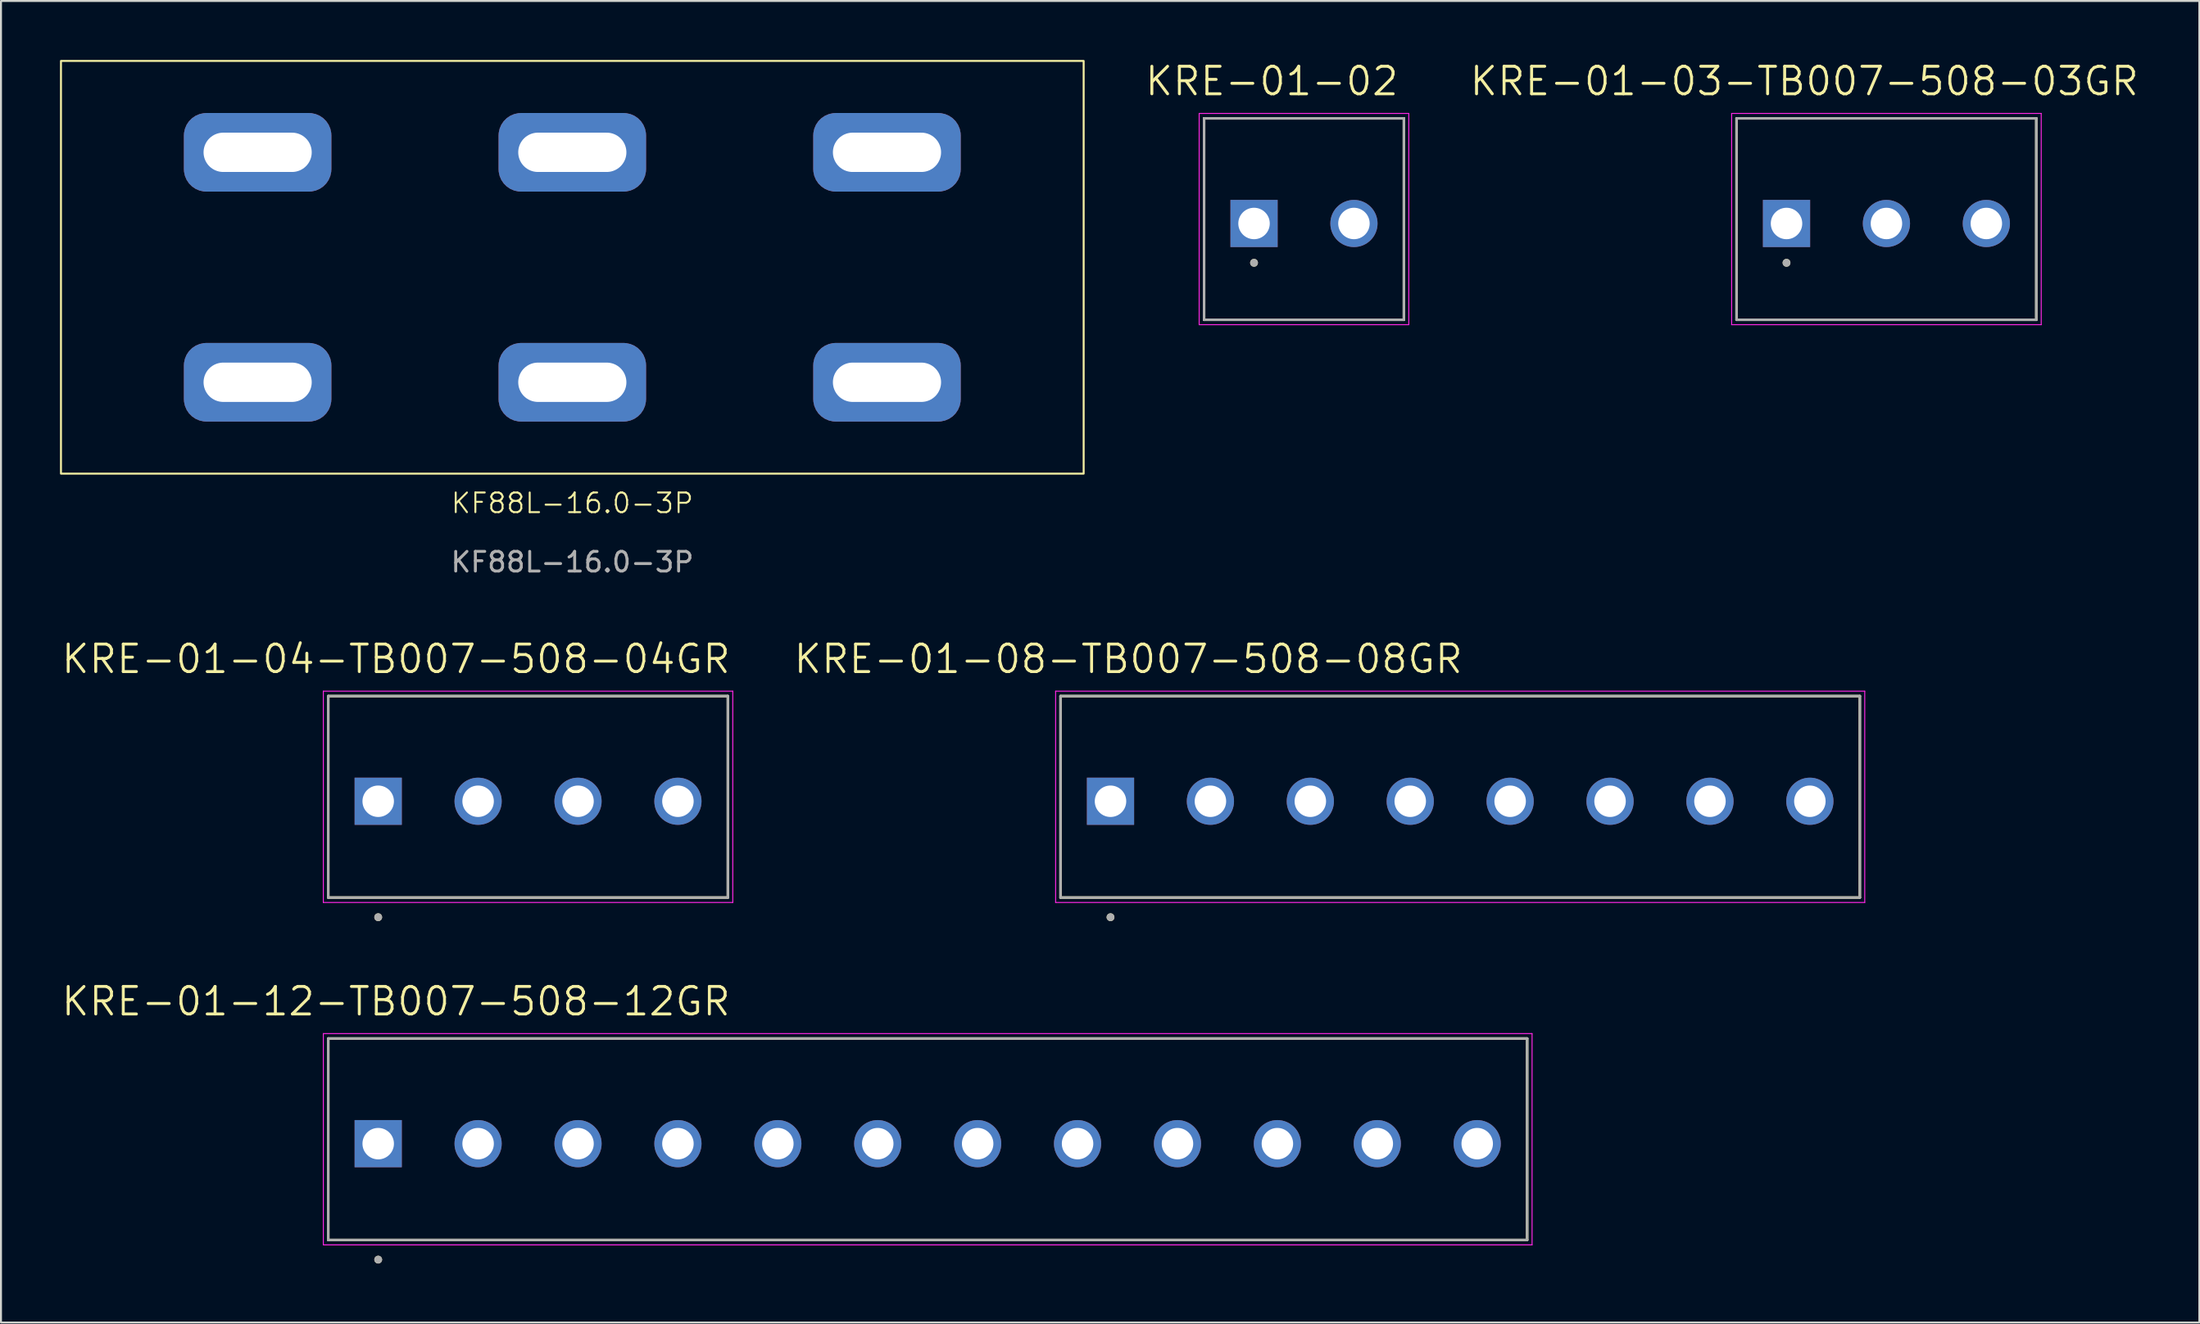
<source format=kicad_pcb>
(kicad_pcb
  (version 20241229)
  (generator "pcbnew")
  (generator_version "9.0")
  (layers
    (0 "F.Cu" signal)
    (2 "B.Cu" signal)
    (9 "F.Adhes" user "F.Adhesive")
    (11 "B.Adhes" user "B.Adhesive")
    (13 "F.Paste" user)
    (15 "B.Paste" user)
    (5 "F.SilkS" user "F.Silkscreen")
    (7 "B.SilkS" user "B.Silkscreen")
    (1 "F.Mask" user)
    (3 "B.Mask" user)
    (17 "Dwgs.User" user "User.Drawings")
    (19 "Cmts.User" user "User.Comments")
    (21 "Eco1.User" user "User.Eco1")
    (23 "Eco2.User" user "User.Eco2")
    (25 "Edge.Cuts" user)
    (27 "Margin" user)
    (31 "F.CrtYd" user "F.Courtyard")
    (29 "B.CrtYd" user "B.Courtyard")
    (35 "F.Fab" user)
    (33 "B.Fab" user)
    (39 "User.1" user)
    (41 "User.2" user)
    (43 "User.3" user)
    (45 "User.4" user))
  (footprint "KRE-01-12-TB007-508-12GR"
    (layer "F.Cu")
    (at 16.18 55.141)
    (property "Reference" "KRE-01-12-TB007-508-12GR" (at 0.905 -7.239 0) (layer "F.SilkS") (effects (font (size 1.4 1.4) (thickness 0.15))))
    (attr through_hole)
    (fp_line (start -2.54 -5.35) (end 58.42 -5.35) (stroke (width 0.127) (type solid)) (layer "F.SilkS"))
    (fp_line (start -2.54 4.9) (end -2.54 -5.35) (stroke (width 0.127) (type solid)) (layer "F.SilkS"))
    (fp_line (start 58.42 -5.35) (end 58.42 4.9) (stroke (width 0.127) (type solid)) (layer "F.SilkS"))
    (fp_line (start 58.42 4.9) (end -2.54 4.9) (stroke (width 0.127) (type solid)) (layer "F.SilkS"))
    (fp_circle (center 0 5.9) (end 0.1 5.9) (stroke (width 0.2) (type solid)) (fill no) (layer "F.SilkS"))
    (fp_line (start -2.79 -5.6) (end 58.67 -5.6) (stroke (width 0.05) (type solid)) (layer "F.CrtYd"))
    (fp_line (start -2.79 5.15) (end -2.79 -5.6) (stroke (width 0.05) (type solid)) (layer "F.CrtYd"))
    (fp_line (start 58.67 -5.6) (end 58.67 5.15) (stroke (width 0.05) (type solid)) (layer "F.CrtYd"))
    (fp_line (start 58.67 5.15) (end -2.79 5.15) (stroke (width 0.05) (type solid)) (layer "F.CrtYd"))
    (fp_line (start -2.54 -5.35) (end 58.42 -5.35) (stroke (width 0.127) (type solid)) (layer "F.Fab"))
    (fp_line (start -2.54 4.9) (end -2.54 -5.35) (stroke (width 0.127) (type solid)) (layer "F.Fab"))
    (fp_line (start 58.42 -5.35) (end 58.42 4.9) (stroke (width 0.127) (type solid)) (layer "F.Fab"))
    (fp_line (start 58.42 4.9) (end -2.54 4.9) (stroke (width 0.127) (type solid)) (layer "F.Fab"))
    (fp_circle (center 0 5.9) (end 0.1 5.9) (stroke (width 0.2) (type solid)) (fill no) (layer "F.Fab"))
    (pad "1" thru_hole rect (at 0 0) (size 2.4 2.4) (drill 1.6) (layers "*.Cu" "*.Mask"))
    (pad "2" thru_hole circle (at 5.08 0) (size 2.4 2.4) (drill 1.6) (layers "*.Cu" "*.Mask"))
    (pad "3" thru_hole circle (at 10.16 0) (size 2.4 2.4) (drill 1.6) (layers "*.Cu" "*.Mask"))
    (pad "4" thru_hole circle (at 15.24 0) (size 2.4 2.4) (drill 1.6) (layers "*.Cu" "*.Mask"))
    (pad "5" thru_hole circle (at 20.32 0) (size 2.4 2.4) (drill 1.6) (layers "*.Cu" "*.Mask"))
    (pad "6" thru_hole circle (at 25.4 0) (size 2.4 2.4) (drill 1.6) (layers "*.Cu" "*.Mask"))
    (pad "7" thru_hole circle (at 30.48 0) (size 2.4 2.4) (drill 1.6) (layers "*.Cu" "*.Mask"))
    (pad "8" thru_hole circle (at 35.56 0) (size 2.4 2.4) (drill 1.6) (layers "*.Cu" "*.Mask"))
    (pad "9" thru_hole circle (at 40.64 0) (size 2.4 2.4) (drill 1.6) (layers "*.Cu" "*.Mask"))
    (pad "10" thru_hole circle (at 45.72 0) (size 2.4 2.4) (drill 1.6) (layers "*.Cu" "*.Mask"))
    (pad "11" thru_hole circle (at 50.8 0) (size 2.4 2.4) (drill 1.6) (layers "*.Cu" "*.Mask"))
    (pad "12" thru_hole circle (at 55.88 0) (size 2.4 2.4) (drill 1.6) (layers "*.Cu" "*.Mask")))
  (footprint "KRE-01-02"
    (layer "F.Cu")
    (at 60.713 8.321)
    (property "Reference" "KRE-01-02" (at 0.905 -7.239 0) (layer "F.SilkS") (effects (font (size 1.4 1.4) (thickness 0.15))))
    (attr through_hole)
    (fp_line (start -2.54 -5.35) (end 7.62 -5.35) (stroke (width 0.127) (type solid)) (layer "F.SilkS"))
    (fp_line (start -2.54 4.9) (end -2.54 -5.35) (stroke (width 0.127) (type solid)) (layer "F.SilkS"))
    (fp_line (start 7.62 -5.35) (end 7.62 4.9) (stroke (width 0.127) (type solid)) (layer "F.SilkS"))
    (fp_line (start 7.62 4.9) (end -2.54 4.9) (stroke (width 0.127) (type solid)) (layer "F.SilkS"))
    (fp_circle (center 0 2) (end 0.1 2) (stroke (width 0.2) (type solid)) (fill no) (layer "F.SilkS"))
    (fp_line (start -2.79 -5.6) (end 7.87 -5.6) (stroke (width 0.05) (type solid)) (layer "F.CrtYd"))
    (fp_line (start -2.79 5.15) (end -2.79 -5.6) (stroke (width 0.05) (type solid)) (layer "F.CrtYd"))
    (fp_line (start 7.87 -5.6) (end 7.87 5.15) (stroke (width 0.05) (type solid)) (layer "F.CrtYd"))
    (fp_line (start 7.87 5.15) (end -2.79 5.15) (stroke (width 0.05) (type solid)) (layer "F.CrtYd"))
    (fp_line (start -2.54 -5.35) (end 7.62 -5.35) (stroke (width 0.127) (type solid)) (layer "F.Fab"))
    (fp_line (start -2.54 4.9) (end -2.54 -5.35) (stroke (width 0.127) (type solid)) (layer "F.Fab"))
    (fp_line (start 7.62 -5.35) (end 7.62 4.9) (stroke (width 0.127) (type solid)) (layer "F.Fab"))
    (fp_line (start 7.62 4.9) (end -2.54 4.9) (stroke (width 0.127) (type solid)) (layer "F.Fab"))
    (fp_circle (center 0 2) (end 0.1 2) (stroke (width 0.2) (type solid)) (fill no) (layer "F.Fab"))
    (pad "1" thru_hole rect (at 0 0) (size 2.4 2.4) (drill 1.6) (layers "*.Cu" "*.Mask"))
    (pad "2" thru_hole circle (at 5.08 0) (size 2.4 2.4) (drill 1.6) (layers "*.Cu" "*.Mask")))
  (footprint "KRE-01-03-TB007-508-03GR"
    (layer "F.Cu")
    (at 87.788 8.321)
    (property "Reference" "KRE-01-03-TB007-508-03GR" (at 0.905 -7.239 0) (layer "F.SilkS") (effects (font (size 1.4 1.4) (thickness 0.15))))
    (attr through_hole)
    (fp_line (start -2.54 -5.35) (end 12.7 -5.35) (stroke (width 0.127) (type solid)) (layer "F.SilkS"))
    (fp_line (start -2.54 4.9) (end -2.54 -5.35) (stroke (width 0.127) (type solid)) (layer "F.SilkS"))
    (fp_line (start 12.7 -5.35) (end 12.7 4.9) (stroke (width 0.127) (type solid)) (layer "F.SilkS"))
    (fp_line (start 12.7 4.9) (end -2.54 4.9) (stroke (width 0.127) (type solid)) (layer "F.SilkS"))
    (fp_circle (center 0 2) (end 0.1 2) (stroke (width 0.2) (type solid)) (fill no) (layer "F.SilkS"))
    (fp_line (start -2.79 -5.6) (end 12.95 -5.6) (stroke (width 0.05) (type solid)) (layer "F.CrtYd"))
    (fp_line (start -2.79 5.15) (end -2.79 -5.6) (stroke (width 0.05) (type solid)) (layer "F.CrtYd"))
    (fp_line (start 12.95 -5.6) (end 12.95 5.15) (stroke (width 0.05) (type solid)) (layer "F.CrtYd"))
    (fp_line (start 12.95 5.15) (end -2.79 5.15) (stroke (width 0.05) (type solid)) (layer "F.CrtYd"))
    (fp_line (start -2.54 -5.35) (end 12.7 -5.35) (stroke (width 0.127) (type solid)) (layer "F.Fab"))
    (fp_line (start -2.54 4.9) (end -2.54 -5.35) (stroke (width 0.127) (type solid)) (layer "F.Fab"))
    (fp_line (start 12.7 -5.35) (end 12.7 4.9) (stroke (width 0.127) (type solid)) (layer "F.Fab"))
    (fp_line (start 12.7 4.9) (end -2.54 4.9) (stroke (width 0.127) (type solid)) (layer "F.Fab"))
    (fp_circle (center 0 2) (end 0.1 2) (stroke (width 0.2) (type solid)) (fill no) (layer "F.Fab"))
    (pad "1" thru_hole rect (at 0 0) (size 2.4 2.4) (drill 1.6) (layers "*.Cu" "*.Mask"))
    (pad "2" thru_hole circle (at 5.08 0) (size 2.4 2.4) (drill 1.6) (layers "*.Cu" "*.Mask"))
    (pad "3" thru_hole circle (at 10.16 0) (size 2.4 2.4) (drill 1.6) (layers "*.Cu" "*.Mask")))
  (footprint "KF88L-16.0-3P"
    (layer "F.Cu")
    (at 26.05 10.55)
    (property "Reference" "KF88L-16.0-3P" (at 0 12 0) (unlocked yes) (layer "F.SilkS") (effects (font (size 1 1) (thickness 0.1))))
    (attr through_hole)
    (fp_rect (start -26 -10.5) (end 26 10.5) (stroke (width 0.1) (type default)) (fill no) (layer "F.SilkS"))
    (fp_text user "${REFERENCE}" (at 0 15 0) (unlocked yes) (layer "F.Fab") (effects (font (size 1 1) (thickness 0.15))))
    (pad "1" thru_hole roundrect (at -16 -5.85) (size 7.5 4) (drill oval 5.5 2) (layers "*.Cu" "*.Mask") (roundrect_rratio 0.286))
    (pad "1" thru_hole roundrect (at -16 5.85) (size 7.5 4) (drill oval 5.5 2) (layers "*.Cu" "*.Mask") (roundrect_rratio 0.286))
    (pad "2" thru_hole roundrect (at 0 -5.85) (size 7.5 4) (drill oval 5.5 2) (layers "*.Cu" "*.Mask") (roundrect_rratio 0.286))
    (pad "2" thru_hole roundrect (at 0 5.85) (size 7.5 4) (drill oval 5.5 2) (layers "*.Cu" "*.Mask") (roundrect_rratio 0.286))
    (pad "3" thru_hole roundrect (at 16 -5.85) (size 7.5 4) (drill oval 5.5 2) (layers "*.Cu" "*.Mask") (roundrect_rratio 0.286))
    (pad "3" thru_hole roundrect (at 16 5.85) (size 7.5 4) (drill oval 5.5 2) (layers "*.Cu" "*.Mask") (roundrect_rratio 0.286)))
  (footprint "KRE-01-04-TB007-508-04GR"
    (layer "F.Cu")
    (at 16.18 37.719)
    (property "Reference" "KRE-01-04-TB007-508-04GR" (at 0.905 -7.239 0) (layer "F.SilkS") (effects (font (size 1.4 1.4) (thickness 0.15))))
    (attr through_hole)
    (fp_line (start -2.54 -5.35) (end 17.78 -5.35) (stroke (width 0.127) (type solid)) (layer "F.SilkS"))
    (fp_line (start -2.54 4.9) (end -2.54 -5.35) (stroke (width 0.127) (type solid)) (layer "F.SilkS"))
    (fp_line (start 17.78 -5.35) (end 17.78 4.9) (stroke (width 0.127) (type solid)) (layer "F.SilkS"))
    (fp_line (start 17.78 4.9) (end -2.54 4.9) (stroke (width 0.127) (type solid)) (layer "F.SilkS"))
    (fp_circle (center 0 5.9) (end 0.1 5.9) (stroke (width 0.2) (type solid)) (fill no) (layer "F.SilkS"))
    (fp_line (start -2.79 -5.6) (end 18.03 -5.6) (stroke (width 0.05) (type solid)) (layer "F.CrtYd"))
    (fp_line (start -2.79 5.15) (end -2.79 -5.6) (stroke (width 0.05) (type solid)) (layer "F.CrtYd"))
    (fp_line (start 18.03 -5.6) (end 18.03 5.15) (stroke (width 0.05) (type solid)) (layer "F.CrtYd"))
    (fp_line (start 18.03 5.15) (end -2.79 5.15) (stroke (width 0.05) (type solid)) (layer "F.CrtYd"))
    (fp_line (start -2.54 -5.35) (end 17.78 -5.35) (stroke (width 0.127) (type solid)) (layer "F.Fab"))
    (fp_line (start -2.54 4.9) (end -2.54 -5.35) (stroke (width 0.127) (type solid)) (layer "F.Fab"))
    (fp_line (start 17.78 -5.35) (end 17.78 4.9) (stroke (width 0.127) (type solid)) (layer "F.Fab"))
    (fp_line (start 17.78 4.9) (end -2.54 4.9) (stroke (width 0.127) (type solid)) (layer "F.Fab"))
    (fp_circle (center 0 5.9) (end 0.1 5.9) (stroke (width 0.2) (type solid)) (fill no) (layer "F.Fab"))
    (pad "1" thru_hole rect (at 0 0) (size 2.4 2.4) (drill 1.6) (layers "*.Cu" "*.Mask"))
    (pad "2" thru_hole circle (at 5.08 0) (size 2.4 2.4) (drill 1.6) (layers "*.Cu" "*.Mask"))
    (pad "3" thru_hole circle (at 10.16 0) (size 2.4 2.4) (drill 1.6) (layers "*.Cu" "*.Mask"))
    (pad "4" thru_hole circle (at 15.24 0) (size 2.4 2.4) (drill 1.6) (layers "*.Cu" "*.Mask")))
  (footprint "KRE-01-08-TB007-508-08GR"
    (layer "F.Cu")
    (at 53.415 37.719)
    (property "Reference" "KRE-01-08-TB007-508-08GR" (at 0.905 -7.239 0) (layer "F.SilkS") (effects (font (size 1.4 1.4) (thickness 0.15))))
    (attr through_hole)
    (fp_line (start -2.54 -5.35) (end 38.1 -5.35) (stroke (width 0.127) (type solid)) (layer "F.SilkS"))
    (fp_line (start -2.54 4.9) (end -2.54 -5.35) (stroke (width 0.127) (type solid)) (layer "F.SilkS"))
    (fp_line (start 38.1 -5.35) (end 38.1 4.9) (stroke (width 0.127) (type solid)) (layer "F.SilkS"))
    (fp_line (start 38.1 4.9) (end -2.54 4.9) (stroke (width 0.127) (type solid)) (layer "F.SilkS"))
    (fp_circle (center 0 5.9) (end 0.1 5.9) (stroke (width 0.2) (type solid)) (fill no) (layer "F.SilkS"))
    (fp_line (start -2.79 -5.6) (end 38.35 -5.6) (stroke (width 0.05) (type solid)) (layer "F.CrtYd"))
    (fp_line (start -2.79 5.15) (end -2.79 -5.6) (stroke (width 0.05) (type solid)) (layer "F.CrtYd"))
    (fp_line (start 38.35 -5.6) (end 38.35 5.15) (stroke (width 0.05) (type solid)) (layer "F.CrtYd"))
    (fp_line (start 38.35 5.15) (end -2.79 5.15) (stroke (width 0.05) (type solid)) (layer "F.CrtYd"))
    (fp_line (start -2.54 -5.35) (end 38.1 -5.35) (stroke (width 0.127) (type solid)) (layer "F.Fab"))
    (fp_line (start -2.54 4.9) (end -2.54 -5.35) (stroke (width 0.127) (type solid)) (layer "F.Fab"))
    (fp_line (start 38.1 -5.35) (end 38.1 4.9) (stroke (width 0.127) (type solid)) (layer "F.Fab"))
    (fp_line (start 38.1 4.9) (end -2.54 4.9) (stroke (width 0.127) (type solid)) (layer "F.Fab"))
    (fp_circle (center 0 5.9) (end 0.1 5.9) (stroke (width 0.2) (type solid)) (fill no) (layer "F.Fab"))
    (pad "1" thru_hole rect (at 0 0) (size 2.4 2.4) (drill 1.6) (layers "*.Cu" "*.Mask"))
    (pad "2" thru_hole circle (at 5.08 0) (size 2.4 2.4) (drill 1.6) (layers "*.Cu" "*.Mask"))
    (pad "3" thru_hole circle (at 10.16 0) (size 2.4 2.4) (drill 1.6) (layers "*.Cu" "*.Mask"))
    (pad "4" thru_hole circle (at 15.24 0) (size 2.4 2.4) (drill 1.6) (layers "*.Cu" "*.Mask"))
    (pad "5" thru_hole circle (at 20.32 0) (size 2.4 2.4) (drill 1.6) (layers "*.Cu" "*.Mask"))
    (pad "6" thru_hole circle (at 25.4 0) (size 2.4 2.4) (drill 1.6) (layers "*.Cu" "*.Mask"))
    (pad "7" thru_hole circle (at 30.48 0) (size 2.4 2.4) (drill 1.6) (layers "*.Cu" "*.Mask"))
    (pad "8" thru_hole circle (at 35.56 0) (size 2.4 2.4) (drill 1.6) (layers "*.Cu" "*.Mask")))
  (gr_rect
    (start -3 -3)
    (end 108.778 64.241)
    (stroke (width 0.1) (type default))
    (fill no)
    (layer "Edge.Cuts")))
</source>
